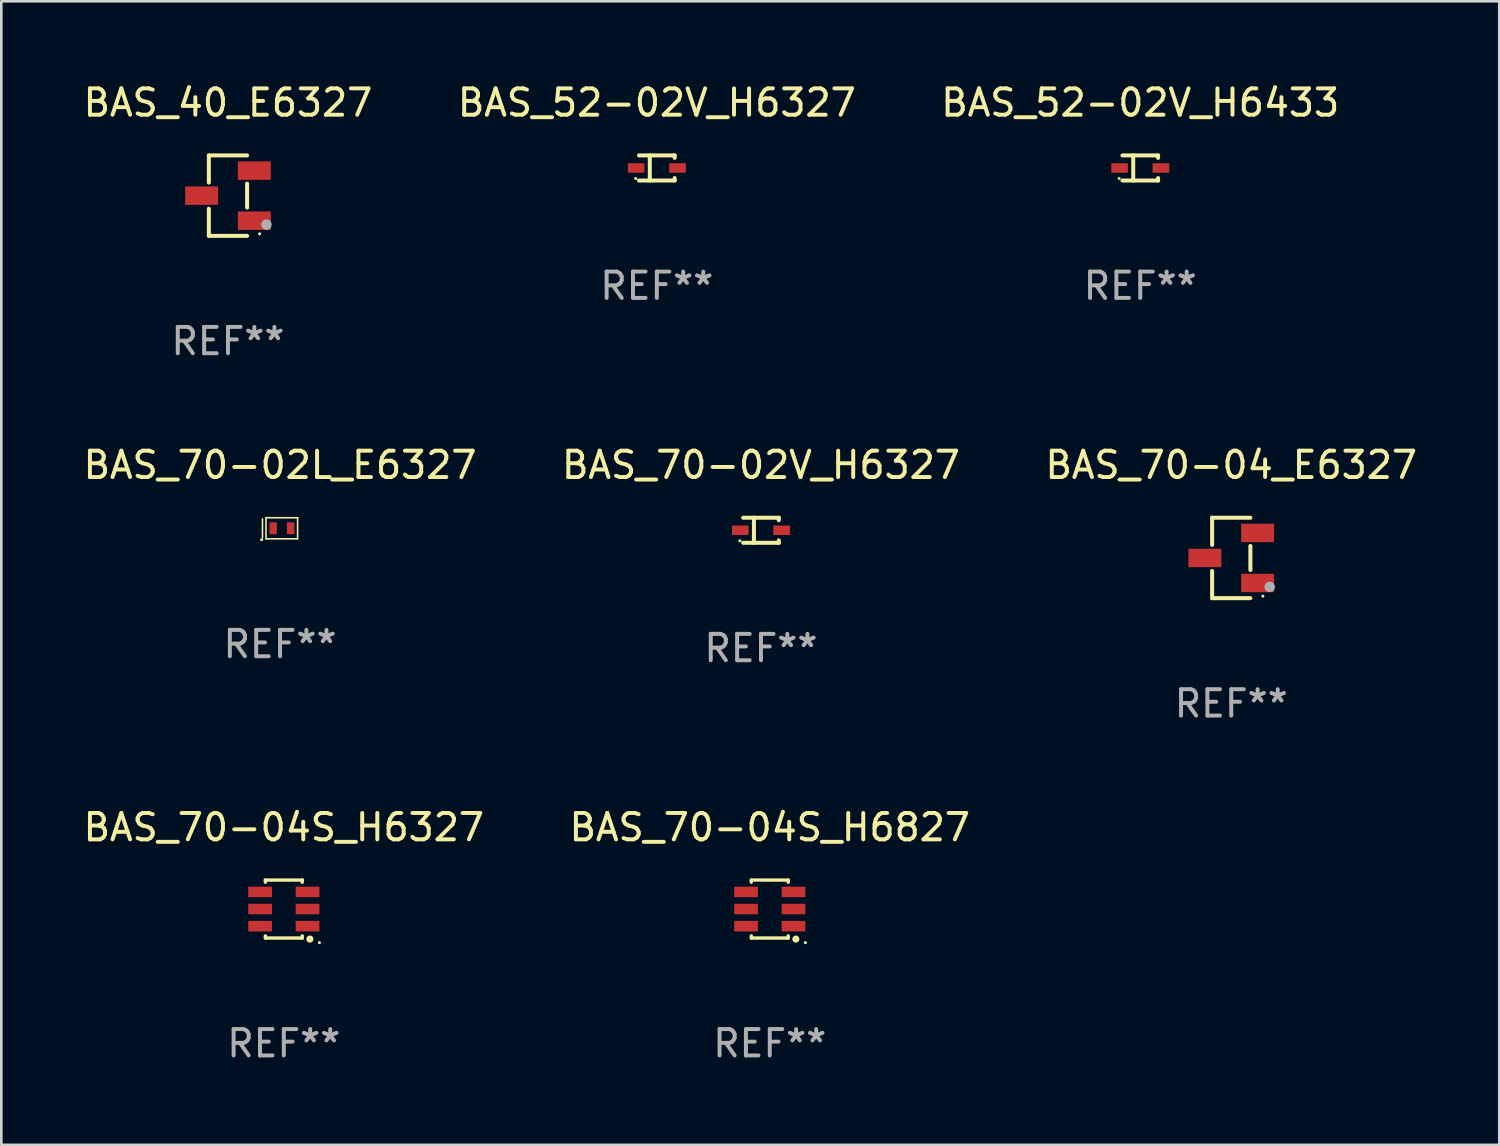
<source format=kicad_pcb>
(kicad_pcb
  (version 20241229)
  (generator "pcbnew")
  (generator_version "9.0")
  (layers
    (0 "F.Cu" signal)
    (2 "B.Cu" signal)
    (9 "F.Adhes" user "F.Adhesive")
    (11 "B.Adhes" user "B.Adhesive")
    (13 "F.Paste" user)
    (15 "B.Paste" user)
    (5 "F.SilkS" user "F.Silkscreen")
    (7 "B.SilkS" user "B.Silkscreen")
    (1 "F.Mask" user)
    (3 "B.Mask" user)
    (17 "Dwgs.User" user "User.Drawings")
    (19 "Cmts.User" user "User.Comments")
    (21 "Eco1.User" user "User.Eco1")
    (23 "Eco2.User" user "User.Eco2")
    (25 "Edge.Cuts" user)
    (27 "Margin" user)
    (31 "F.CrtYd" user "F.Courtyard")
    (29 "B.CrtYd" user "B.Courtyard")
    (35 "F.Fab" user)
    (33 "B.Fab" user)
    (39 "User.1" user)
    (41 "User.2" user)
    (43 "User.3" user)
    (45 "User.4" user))
  (footprint "BAS_70-04S_H6827"
    (layer "F.Cu")
    (at 26.161 31.446)
    (property "Reference" "BAS_70-04S_H6827" (at 0 -3.1 0) (layer "F.SilkS") (effects (font (size 1 1) (thickness 0.15))))
    (attr through_hole)
    (fp_line (start -0.7 -1.018) (end -0.7 -1.1) (stroke (width 0.127) (type solid)) (layer "F.SilkS"))
    (fp_line (start -0.7 1.1) (end -0.7 1.018) (stroke (width 0.127) (type solid)) (layer "F.SilkS"))
    (fp_line (start 0.7 -1.1) (end -0.7 -1.1) (stroke (width 0.127) (type solid)) (layer "F.SilkS"))
    (fp_line (start 0.7 -1.018) (end 0.7 -1.1) (stroke (width 0.127) (type solid)) (layer "F.SilkS"))
    (fp_line (start 0.7 1.1) (end -0.7 1.1) (stroke (width 0.127) (type solid)) (layer "F.SilkS"))
    (fp_line (start 0.7 1.1) (end 0.7 1.018) (stroke (width 0.127) (type solid)) (layer "F.SilkS"))
    (fp_circle (center 0.99 1.14) (end 1.062 1.14) (stroke (width 0.127) (type solid)) (fill no) (layer "F.SilkS"))
    (fp_circle (center 1.35 1.275) (end 1.38 1.275) (stroke (width 0.06) (type solid)) (fill no) (layer "F.SilkS"))
    (fp_text user "REF**" (at 0 5.1 0) (layer "F.Fab") (effects (font (size 1 1) (thickness 0.15))))
    (pad "1" smd rect (at 0.9 0.65 90) (size 0.4 0.9) (layers "F.Cu" "F.Mask" "F.Paste"))
    (pad "2" smd rect (at 0.9 -0.000102 90) (size 0.4 0.9) (layers "F.Cu" "F.Mask" "F.Paste"))
    (pad "3" smd rect (at 0.9 -0.65 90) (size 0.4 0.9) (layers "F.Cu" "F.Mask" "F.Paste"))
    (pad "4" smd rect (at -0.9 -0.65 90) (size 0.4 0.9) (layers "F.Cu" "F.Mask" "F.Paste"))
    (pad "5" smd rect (at -0.9 -0.000102 90) (size 0.4 0.9) (layers "F.Cu" "F.Mask" "F.Paste"))
    (pad "6" smd rect (at -0.9 0.65 90) (size 0.4 0.9) (layers "F.Cu" "F.Mask" "F.Paste")))
  (footprint "BAS_52-02V_H6433"
    (layer "F.Cu")
    (at 40.22 3.324)
    (property "Reference" "BAS_52-02V_H6433" (at 0 -2.476 0) (layer "F.SilkS") (effects (font (size 1 1) (thickness 0.15))))
    (attr through_hole)
    (fp_line (start -0.676 -0.476) (end 0.676 -0.476) (stroke (width 0.152) (type solid)) (layer "F.SilkS"))
    (fp_line (start -0.676 0.476) (end 0.676 0.476) (stroke (width 0.152) (type solid)) (layer "F.SilkS"))
    (fp_line (start -0.267 -0.476) (end -0.267 0.476) (stroke (width 0.152) (type solid)) (layer "F.SilkS"))
    (fp_line (start 0.676 -0.476) (end 0.676 -0.383) (stroke (width 0.152) (type solid)) (layer "F.SilkS"))
    (fp_line (start 0.676 0.476) (end 0.676 0.383) (stroke (width 0.152) (type solid)) (layer "F.SilkS"))
    (fp_circle (center -0.8 0.4) (end -0.77 0.4) (stroke (width 0.06) (type solid)) (fill no) (layer "F.SilkS"))
    (fp_text user "REF**" (at 0 4.476 0) (layer "F.Fab") (effects (font (size 1 1) (thickness 0.15))))
    (pad "1" smd rect (at -0.785 0) (size 0.63 0.36) (layers "F.Cu" "F.Mask" "F.Paste"))
    (pad "2" smd rect (at 0.785 0) (size 0.63 0.36) (layers "F.Cu" "F.Mask" "F.Paste")))
  (footprint "BAS_70-02V_H6327"
    (layer "F.Cu")
    (at 25.827 17.073)
    (property "Reference" "BAS_70-02V_H6327" (at 0 -2.476 0) (layer "F.SilkS") (effects (font (size 1 1) (thickness 0.15))))
    (attr through_hole)
    (fp_line (start -0.676 -0.476) (end 0.676 -0.476) (stroke (width 0.152) (type solid)) (layer "F.SilkS"))
    (fp_line (start -0.676 0.476) (end 0.676 0.476) (stroke (width 0.152) (type solid)) (layer "F.SilkS"))
    (fp_line (start -0.267 -0.476) (end -0.267 0.476) (stroke (width 0.152) (type solid)) (layer "F.SilkS"))
    (fp_line (start 0.676 -0.476) (end 0.676 -0.383) (stroke (width 0.152) (type solid)) (layer "F.SilkS"))
    (fp_line (start 0.676 0.476) (end 0.676 0.383) (stroke (width 0.152) (type solid)) (layer "F.SilkS"))
    (fp_circle (center -0.8 0.4) (end -0.77 0.4) (stroke (width 0.06) (type solid)) (fill no) (layer "F.SilkS"))
    (fp_text user "REF**" (at 0 4.476 0) (layer "F.Fab") (effects (font (size 1 1) (thickness 0.15))))
    (pad "1" smd rect (at -0.785 0) (size 0.63 0.36) (layers "F.Cu" "F.Mask" "F.Paste"))
    (pad "2" smd rect (at 0.785 0) (size 0.63 0.36) (layers "F.Cu" "F.Mask" "F.Paste")))
  (footprint "BAS_70-04S_H6327"
    (layer "F.Cu")
    (at 7.72 31.446)
    (property "Reference" "BAS_70-04S_H6327" (at 0 -3.1 0) (layer "F.SilkS") (effects (font (size 1 1) (thickness 0.15))))
    (attr through_hole)
    (fp_line (start -0.7 -1.018) (end -0.7 -1.1) (stroke (width 0.127) (type solid)) (layer "F.SilkS"))
    (fp_line (start -0.7 1.1) (end -0.7 1.018) (stroke (width 0.127) (type solid)) (layer "F.SilkS"))
    (fp_line (start 0.7 -1.1) (end -0.7 -1.1) (stroke (width 0.127) (type solid)) (layer "F.SilkS"))
    (fp_line (start 0.7 -1.018) (end 0.7 -1.1) (stroke (width 0.127) (type solid)) (layer "F.SilkS"))
    (fp_line (start 0.7 1.1) (end -0.7 1.1) (stroke (width 0.127) (type solid)) (layer "F.SilkS"))
    (fp_line (start 0.7 1.1) (end 0.7 1.018) (stroke (width 0.127) (type solid)) (layer "F.SilkS"))
    (fp_circle (center 0.99 1.14) (end 1.062 1.14) (stroke (width 0.127) (type solid)) (fill no) (layer "F.SilkS"))
    (fp_circle (center 1.35 1.275) (end 1.38 1.275) (stroke (width 0.06) (type solid)) (fill no) (layer "F.SilkS"))
    (fp_text user "REF**" (at 0 5.1 0) (layer "F.Fab") (effects (font (size 1 1) (thickness 0.15))))
    (pad "1" smd rect (at 0.9 0.65 90) (size 0.4 0.9) (layers "F.Cu" "F.Mask" "F.Paste"))
    (pad "2" smd rect (at 0.9 -0.000102 90) (size 0.4 0.9) (layers "F.Cu" "F.Mask" "F.Paste"))
    (pad "3" smd rect (at 0.9 -0.65 90) (size 0.4 0.9) (layers "F.Cu" "F.Mask" "F.Paste"))
    (pad "4" smd rect (at -0.9 -0.65 90) (size 0.4 0.9) (layers "F.Cu" "F.Mask" "F.Paste"))
    (pad "5" smd rect (at -0.9 -0.000102 90) (size 0.4 0.9) (layers "F.Cu" "F.Mask" "F.Paste"))
    (pad "6" smd rect (at -0.9 0.65 90) (size 0.4 0.9) (layers "F.Cu" "F.Mask" "F.Paste")))
  (footprint "BAS_40_E6327"
    (layer "F.Cu")
    (at 5.601 4.374)
    (property "Reference" "BAS_40_E6327" (at 0 -3.526 0) (layer "F.SilkS") (effects (font (size 1 1) (thickness 0.15))))
    (attr through_hole)
    (fp_line (start -0.726 -1.526) (end -0.726 -0.495) (stroke (width 0.152) (type solid)) (layer "F.SilkS"))
    (fp_line (start -0.726 1.526) (end -0.726 0.495) (stroke (width 0.152) (type solid)) (layer "F.SilkS"))
    (fp_line (start 0.726 -1.526) (end -0.726 -1.526) (stroke (width 0.152) (type solid)) (layer "F.SilkS"))
    (fp_line (start 0.726 -0.455) (end 0.726 0.455) (stroke (width 0.152) (type solid)) (layer "F.SilkS"))
    (fp_line (start 0.726 1.526) (end -0.726 1.526) (stroke (width 0.152) (type solid)) (layer "F.SilkS"))
    (fp_circle (center 1.2 1.45) (end 1.23 1.45) (stroke (width 0.06) (type solid)) (fill no) (layer "F.SilkS"))
    (fp_circle (center 1.46 1.1) (end 1.56 1.1) (stroke (width 0.2) (type solid)) (fill no) (layer "F.Fab"))
    (fp_text user "REF**" (at 0 5.526 0) (layer "F.Fab") (effects (font (size 1 1) (thickness 0.15))))
    (pad "1" smd rect (at 1 0.95) (size 1.25 0.7) (layers "F.Cu" "F.Mask" "F.Paste"))
    (pad "2" smd rect (at 1 -0.95) (size 1.25 0.7) (layers "F.Cu" "F.Mask" "F.Paste"))
    (pad "3" smd rect (at -1 0) (size 1.25 0.7) (layers "F.Cu" "F.Mask" "F.Paste")))
  (footprint "BAS_52-02V_H6327"
    (layer "F.Cu")
    (at 21.875 3.324)
    (property "Reference" "BAS_52-02V_H6327" (at 0 -2.476 0) (layer "F.SilkS") (effects (font (size 1 1) (thickness 0.15))))
    (attr through_hole)
    (fp_line (start -0.676 -0.476) (end 0.676 -0.476) (stroke (width 0.152) (type solid)) (layer "F.SilkS"))
    (fp_line (start -0.676 0.476) (end 0.676 0.476) (stroke (width 0.152) (type solid)) (layer "F.SilkS"))
    (fp_line (start -0.267 -0.476) (end -0.267 0.476) (stroke (width 0.152) (type solid)) (layer "F.SilkS"))
    (fp_line (start 0.676 -0.476) (end 0.676 -0.383) (stroke (width 0.152) (type solid)) (layer "F.SilkS"))
    (fp_line (start 0.676 0.476) (end 0.676 0.383) (stroke (width 0.152) (type solid)) (layer "F.SilkS"))
    (fp_circle (center -0.8 0.4) (end -0.77 0.4) (stroke (width 0.06) (type solid)) (fill no) (layer "F.SilkS"))
    (fp_text user "REF**" (at 0 4.476 0) (layer "F.Fab") (effects (font (size 1 1) (thickness 0.15))))
    (pad "1" smd rect (at -0.785 0) (size 0.63 0.36) (layers "F.Cu" "F.Mask" "F.Paste"))
    (pad "2" smd rect (at 0.785 0) (size 0.63 0.36) (layers "F.Cu" "F.Mask" "F.Paste")))
  (footprint "BAS_70-04_E6327"
    (layer "F.Cu")
    (at 43.673 18.123)
    (property "Reference" "BAS_70-04_E6327" (at 0 -3.526 0) (layer "F.SilkS") (effects (font (size 1 1) (thickness 0.15))))
    (attr through_hole)
    (fp_line (start -0.726 -1.526) (end -0.726 -0.495) (stroke (width 0.152) (type solid)) (layer "F.SilkS"))
    (fp_line (start -0.726 1.526) (end -0.726 0.495) (stroke (width 0.152) (type solid)) (layer "F.SilkS"))
    (fp_line (start 0.726 -1.526) (end -0.726 -1.526) (stroke (width 0.152) (type solid)) (layer "F.SilkS"))
    (fp_line (start 0.726 -0.455) (end 0.726 0.455) (stroke (width 0.152) (type solid)) (layer "F.SilkS"))
    (fp_line (start 0.726 1.526) (end -0.726 1.526) (stroke (width 0.152) (type solid)) (layer "F.SilkS"))
    (fp_circle (center 1.2 1.45) (end 1.23 1.45) (stroke (width 0.06) (type solid)) (fill no) (layer "F.SilkS"))
    (fp_circle (center 1.46 1.1) (end 1.56 1.1) (stroke (width 0.2) (type solid)) (fill no) (layer "F.Fab"))
    (fp_text user "REF**" (at 0 5.526 0) (layer "F.Fab") (effects (font (size 1 1) (thickness 0.15))))
    (pad "1" smd rect (at 1 0.95) (size 1.25 0.7) (layers "F.Cu" "F.Mask" "F.Paste"))
    (pad "2" smd rect (at 1 -0.95) (size 1.25 0.7) (layers "F.Cu" "F.Mask" "F.Paste"))
    (pad "3" smd rect (at -1 0) (size 1.25 0.7) (layers "F.Cu" "F.Mask" "F.Paste")))
  (footprint "BAS_70-02L_E6327"
    (layer "F.Cu")
    (at 7.577 16.997)
    (property "Reference" "BAS_70-02L_E6327" (at 0 -2.4 0) (layer "F.SilkS") (effects (font (size 1 1) (thickness 0.15))))
    (attr through_hole)
    (fp_line (start -0.666 -0.356) (end -0.666 0.356) (stroke (width 0.06) (type solid)) (layer "F.SilkS"))
    (fp_line (start -0.534 -0.4) (end 0.666 -0.4) (stroke (width 0.06) (type solid)) (layer "F.SilkS"))
    (fp_line (start -0.534 0.4) (end -0.534 -0.4) (stroke (width 0.06) (type solid)) (layer "F.SilkS"))
    (fp_line (start 0.666 -0.4) (end 0.666 0.4) (stroke (width 0.06) (type solid)) (layer "F.SilkS"))
    (fp_line (start 0.666 0.4) (end -0.534 0.4) (stroke (width 0.06) (type solid)) (layer "F.SilkS"))
    (fp_circle (center -0.696 0.43) (end -0.666 0.43) (stroke (width 0.06) (type solid)) (fill no) (layer "F.SilkS"))
    (fp_text user "REF**" (at 0 4.4 0) (layer "F.Fab") (effects (font (size 1 1) (thickness 0.15))))
    (pad "1" smd rect (at -0.259 0) (size 0.28 0.45) (layers "F.Cu" "F.Mask" "F.Paste"))
    (pad "2" smd rect (at 0.401 0) (size 0.28 0.45) (layers "F.Cu" "F.Mask" "F.Paste")))
  (gr_rect
    (start -3 -3)
    (end 53.845 40.394)
    (stroke (width 0.1) (type default))
    (fill no)
    (layer "Edge.Cuts")))
</source>
